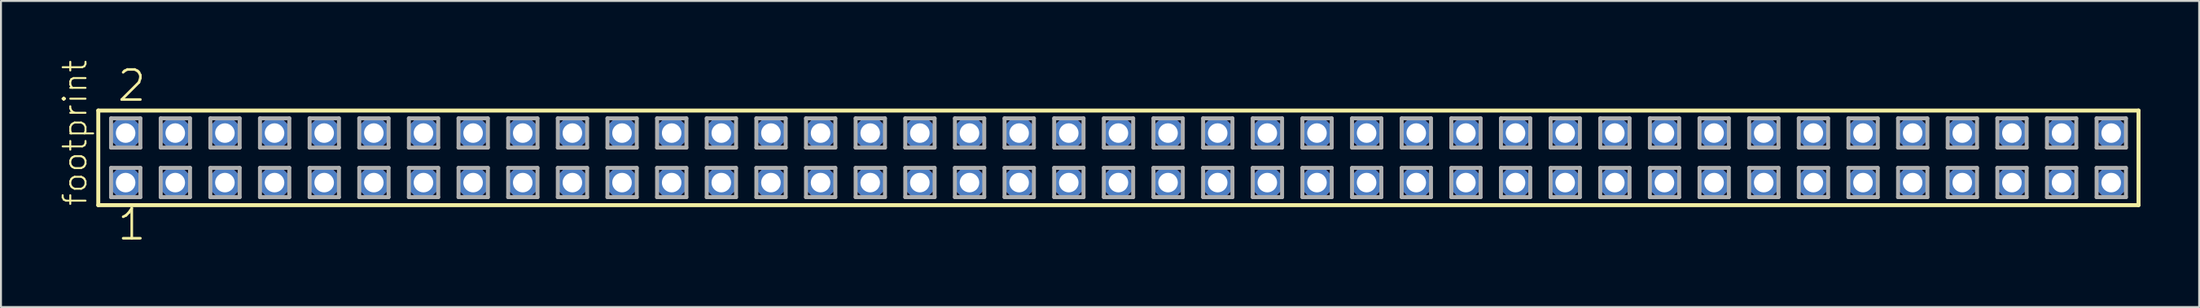
<source format=kicad_pcb>
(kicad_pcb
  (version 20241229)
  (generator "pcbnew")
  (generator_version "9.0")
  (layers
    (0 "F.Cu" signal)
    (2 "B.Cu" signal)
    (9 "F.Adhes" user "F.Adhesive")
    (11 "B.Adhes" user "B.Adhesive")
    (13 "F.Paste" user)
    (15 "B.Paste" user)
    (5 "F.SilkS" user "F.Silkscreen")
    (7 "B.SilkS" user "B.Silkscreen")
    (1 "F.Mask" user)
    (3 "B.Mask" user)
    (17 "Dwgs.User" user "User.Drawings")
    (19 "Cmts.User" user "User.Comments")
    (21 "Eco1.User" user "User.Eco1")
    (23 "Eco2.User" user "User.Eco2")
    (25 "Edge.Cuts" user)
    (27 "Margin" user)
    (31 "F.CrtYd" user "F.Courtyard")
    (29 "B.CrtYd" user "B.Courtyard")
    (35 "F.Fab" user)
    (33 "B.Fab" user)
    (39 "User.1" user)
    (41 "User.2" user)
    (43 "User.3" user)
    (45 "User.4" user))
  (footprint "footprint"
    (layer "F.Cu")
    (at 54.178 5.042)
    (property "Reference" "footprint" (at -52.705 2.54 90) (layer "F.SilkS") (effects (font (size 1.168 1.168) (thickness 0.102)) (justify left bottom)))
    (fp_line (start -52.199 -2.425) (end 52.199 -2.425) (stroke (width 0.203) (type solid)) (layer "F.SilkS"))
    (fp_line (start -52.199 2.425) (end -52.199 -2.425) (stroke (width 0.203) (type solid)) (layer "F.SilkS"))
    (fp_line (start 52.199 -2.425) (end 52.199 2.425) (stroke (width 0.203) (type solid)) (layer "F.SilkS"))
    (fp_line (start 52.199 2.425) (end -52.199 2.425) (stroke (width 0.203) (type solid)) (layer "F.SilkS"))
    (fp_line (start -51.545 -2.025) (end -50.045 -2.025) (stroke (width 0.203) (type solid)) (layer "F.Fab"))
    (fp_line (start -51.545 -0.525) (end -51.545 -2.025) (stroke (width 0.203) (type solid)) (layer "F.Fab"))
    (fp_line (start -51.545 0.515) (end -50.045 0.515) (stroke (width 0.203) (type solid)) (layer "F.Fab"))
    (fp_line (start -51.545 2.015) (end -51.545 0.515) (stroke (width 0.203) (type solid)) (layer "F.Fab"))
    (fp_line (start -50.045 -2.025) (end -50.045 -0.525) (stroke (width 0.203) (type solid)) (layer "F.Fab"))
    (fp_line (start -50.045 -0.525) (end -51.545 -0.525) (stroke (width 0.203) (type solid)) (layer "F.Fab"))
    (fp_line (start -50.045 0.515) (end -50.045 2.015) (stroke (width 0.203) (type solid)) (layer "F.Fab"))
    (fp_line (start -50.045 2.015) (end -51.545 2.015) (stroke (width 0.203) (type solid)) (layer "F.Fab"))
    (fp_line (start -49.005 -2.025) (end -47.505 -2.025) (stroke (width 0.203) (type solid)) (layer "F.Fab"))
    (fp_line (start -49.005 -0.525) (end -49.005 -2.025) (stroke (width 0.203) (type solid)) (layer "F.Fab"))
    (fp_line (start -49.005 0.515) (end -47.505 0.515) (stroke (width 0.203) (type solid)) (layer "F.Fab"))
    (fp_line (start -49.005 2.015) (end -49.005 0.515) (stroke (width 0.203) (type solid)) (layer "F.Fab"))
    (fp_line (start -47.505 -2.025) (end -47.505 -0.525) (stroke (width 0.203) (type solid)) (layer "F.Fab"))
    (fp_line (start -47.505 -0.525) (end -49.005 -0.525) (stroke (width 0.203) (type solid)) (layer "F.Fab"))
    (fp_line (start -47.505 0.515) (end -47.505 2.015) (stroke (width 0.203) (type solid)) (layer "F.Fab"))
    (fp_line (start -47.505 2.015) (end -49.005 2.015) (stroke (width 0.203) (type solid)) (layer "F.Fab"))
    (fp_line (start -46.465 -2.025) (end -44.965 -2.025) (stroke (width 0.203) (type solid)) (layer "F.Fab"))
    (fp_line (start -46.465 -0.525) (end -46.465 -2.025) (stroke (width 0.203) (type solid)) (layer "F.Fab"))
    (fp_line (start -46.465 0.515) (end -44.965 0.515) (stroke (width 0.203) (type solid)) (layer "F.Fab"))
    (fp_line (start -46.465 2.015) (end -46.465 0.515) (stroke (width 0.203) (type solid)) (layer "F.Fab"))
    (fp_line (start -44.965 -2.025) (end -44.965 -0.525) (stroke (width 0.203) (type solid)) (layer "F.Fab"))
    (fp_line (start -44.965 -0.525) (end -46.465 -0.525) (stroke (width 0.203) (type solid)) (layer "F.Fab"))
    (fp_line (start -44.965 0.515) (end -44.965 2.015) (stroke (width 0.203) (type solid)) (layer "F.Fab"))
    (fp_line (start -44.965 2.015) (end -46.465 2.015) (stroke (width 0.203) (type solid)) (layer "F.Fab"))
    (fp_line (start -43.925 -2.025) (end -42.425 -2.025) (stroke (width 0.203) (type solid)) (layer "F.Fab"))
    (fp_line (start -43.925 -0.525) (end -43.925 -2.025) (stroke (width 0.203) (type solid)) (layer "F.Fab"))
    (fp_line (start -43.925 0.515) (end -42.425 0.515) (stroke (width 0.203) (type solid)) (layer "F.Fab"))
    (fp_line (start -43.925 2.015) (end -43.925 0.515) (stroke (width 0.203) (type solid)) (layer "F.Fab"))
    (fp_line (start -42.425 -2.025) (end -42.425 -0.525) (stroke (width 0.203) (type solid)) (layer "F.Fab"))
    (fp_line (start -42.425 -0.525) (end -43.925 -0.525) (stroke (width 0.203) (type solid)) (layer "F.Fab"))
    (fp_line (start -42.425 0.515) (end -42.425 2.015) (stroke (width 0.203) (type solid)) (layer "F.Fab"))
    (fp_line (start -42.425 2.015) (end -43.925 2.015) (stroke (width 0.203) (type solid)) (layer "F.Fab"))
    (fp_line (start -41.385 -2.025) (end -39.885 -2.025) (stroke (width 0.203) (type solid)) (layer "F.Fab"))
    (fp_line (start -41.385 -0.525) (end -41.385 -2.025) (stroke (width 0.203) (type solid)) (layer "F.Fab"))
    (fp_line (start -41.385 0.515) (end -39.885 0.515) (stroke (width 0.203) (type solid)) (layer "F.Fab"))
    (fp_line (start -41.385 2.015) (end -41.385 0.515) (stroke (width 0.203) (type solid)) (layer "F.Fab"))
    (fp_line (start -39.885 -2.025) (end -39.885 -0.525) (stroke (width 0.203) (type solid)) (layer "F.Fab"))
    (fp_line (start -39.885 -0.525) (end -41.385 -0.525) (stroke (width 0.203) (type solid)) (layer "F.Fab"))
    (fp_line (start -39.885 0.515) (end -39.885 2.015) (stroke (width 0.203) (type solid)) (layer "F.Fab"))
    (fp_line (start -39.885 2.015) (end -41.385 2.015) (stroke (width 0.203) (type solid)) (layer "F.Fab"))
    (fp_line (start -38.845 -2.025) (end -37.345 -2.025) (stroke (width 0.203) (type solid)) (layer "F.Fab"))
    (fp_line (start -38.845 -0.525) (end -38.845 -2.025) (stroke (width 0.203) (type solid)) (layer "F.Fab"))
    (fp_line (start -38.845 0.515) (end -37.345 0.515) (stroke (width 0.203) (type solid)) (layer "F.Fab"))
    (fp_line (start -38.845 2.015) (end -38.845 0.515) (stroke (width 0.203) (type solid)) (layer "F.Fab"))
    (fp_line (start -37.345 -2.025) (end -37.345 -0.525) (stroke (width 0.203) (type solid)) (layer "F.Fab"))
    (fp_line (start -37.345 -0.525) (end -38.845 -0.525) (stroke (width 0.203) (type solid)) (layer "F.Fab"))
    (fp_line (start -37.345 0.515) (end -37.345 2.015) (stroke (width 0.203) (type solid)) (layer "F.Fab"))
    (fp_line (start -37.345 2.015) (end -38.845 2.015) (stroke (width 0.203) (type solid)) (layer "F.Fab"))
    (fp_line (start -36.305 -2.025) (end -34.805 -2.025) (stroke (width 0.203) (type solid)) (layer "F.Fab"))
    (fp_line (start -36.305 -0.525) (end -36.305 -2.025) (stroke (width 0.203) (type solid)) (layer "F.Fab"))
    (fp_line (start -36.305 0.515) (end -34.805 0.515) (stroke (width 0.203) (type solid)) (layer "F.Fab"))
    (fp_line (start -36.305 2.015) (end -36.305 0.515) (stroke (width 0.203) (type solid)) (layer "F.Fab"))
    (fp_line (start -34.805 -2.025) (end -34.805 -0.525) (stroke (width 0.203) (type solid)) (layer "F.Fab"))
    (fp_line (start -34.805 -0.525) (end -36.305 -0.525) (stroke (width 0.203) (type solid)) (layer "F.Fab"))
    (fp_line (start -34.805 0.515) (end -34.805 2.015) (stroke (width 0.203) (type solid)) (layer "F.Fab"))
    (fp_line (start -34.805 2.015) (end -36.305 2.015) (stroke (width 0.203) (type solid)) (layer "F.Fab"))
    (fp_line (start -33.765 -2.025) (end -32.265 -2.025) (stroke (width 0.203) (type solid)) (layer "F.Fab"))
    (fp_line (start -33.765 -0.525) (end -33.765 -2.025) (stroke (width 0.203) (type solid)) (layer "F.Fab"))
    (fp_line (start -33.765 0.515) (end -32.265 0.515) (stroke (width 0.203) (type solid)) (layer "F.Fab"))
    (fp_line (start -33.765 2.015) (end -33.765 0.515) (stroke (width 0.203) (type solid)) (layer "F.Fab"))
    (fp_line (start -32.265 -2.025) (end -32.265 -0.525) (stroke (width 0.203) (type solid)) (layer "F.Fab"))
    (fp_line (start -32.265 -0.525) (end -33.765 -0.525) (stroke (width 0.203) (type solid)) (layer "F.Fab"))
    (fp_line (start -32.265 0.515) (end -32.265 2.015) (stroke (width 0.203) (type solid)) (layer "F.Fab"))
    (fp_line (start -32.265 2.015) (end -33.765 2.015) (stroke (width 0.203) (type solid)) (layer "F.Fab"))
    (fp_line (start -31.225 -2.025) (end -29.725 -2.025) (stroke (width 0.203) (type solid)) (layer "F.Fab"))
    (fp_line (start -31.225 -0.525) (end -31.225 -2.025) (stroke (width 0.203) (type solid)) (layer "F.Fab"))
    (fp_line (start -31.225 0.515) (end -29.725 0.515) (stroke (width 0.203) (type solid)) (layer "F.Fab"))
    (fp_line (start -31.225 2.015) (end -31.225 0.515) (stroke (width 0.203) (type solid)) (layer "F.Fab"))
    (fp_line (start -29.725 -2.025) (end -29.725 -0.525) (stroke (width 0.203) (type solid)) (layer "F.Fab"))
    (fp_line (start -29.725 -0.525) (end -31.225 -0.525) (stroke (width 0.203) (type solid)) (layer "F.Fab"))
    (fp_line (start -29.725 0.515) (end -29.725 2.015) (stroke (width 0.203) (type solid)) (layer "F.Fab"))
    (fp_line (start -29.725 2.015) (end -31.225 2.015) (stroke (width 0.203) (type solid)) (layer "F.Fab"))
    (fp_line (start -28.685 -2.025) (end -27.185 -2.025) (stroke (width 0.203) (type solid)) (layer "F.Fab"))
    (fp_line (start -28.685 -0.525) (end -28.685 -2.025) (stroke (width 0.203) (type solid)) (layer "F.Fab"))
    (fp_line (start -28.685 0.515) (end -27.185 0.515) (stroke (width 0.203) (type solid)) (layer "F.Fab"))
    (fp_line (start -28.685 2.015) (end -28.685 0.515) (stroke (width 0.203) (type solid)) (layer "F.Fab"))
    (fp_line (start -27.185 -2.025) (end -27.185 -0.525) (stroke (width 0.203) (type solid)) (layer "F.Fab"))
    (fp_line (start -27.185 -0.525) (end -28.685 -0.525) (stroke (width 0.203) (type solid)) (layer "F.Fab"))
    (fp_line (start -27.185 0.515) (end -27.185 2.015) (stroke (width 0.203) (type solid)) (layer "F.Fab"))
    (fp_line (start -27.185 2.015) (end -28.685 2.015) (stroke (width 0.203) (type solid)) (layer "F.Fab"))
    (fp_line (start -26.145 -2.025) (end -24.645 -2.025) (stroke (width 0.203) (type solid)) (layer "F.Fab"))
    (fp_line (start -26.145 -0.525) (end -26.145 -2.025) (stroke (width 0.203) (type solid)) (layer "F.Fab"))
    (fp_line (start -26.145 0.515) (end -24.645 0.515) (stroke (width 0.203) (type solid)) (layer "F.Fab"))
    (fp_line (start -26.145 2.015) (end -26.145 0.515) (stroke (width 0.203) (type solid)) (layer "F.Fab"))
    (fp_line (start -24.645 -2.025) (end -24.645 -0.525) (stroke (width 0.203) (type solid)) (layer "F.Fab"))
    (fp_line (start -24.645 -0.525) (end -26.145 -0.525) (stroke (width 0.203) (type solid)) (layer "F.Fab"))
    (fp_line (start -24.645 0.515) (end -24.645 2.015) (stroke (width 0.203) (type solid)) (layer "F.Fab"))
    (fp_line (start -24.645 2.015) (end -26.145 2.015) (stroke (width 0.203) (type solid)) (layer "F.Fab"))
    (fp_line (start -23.605 -2.025) (end -22.105 -2.025) (stroke (width 0.203) (type solid)) (layer "F.Fab"))
    (fp_line (start -23.605 -0.525) (end -23.605 -2.025) (stroke (width 0.203) (type solid)) (layer "F.Fab"))
    (fp_line (start -23.605 0.515) (end -22.105 0.515) (stroke (width 0.203) (type solid)) (layer "F.Fab"))
    (fp_line (start -23.605 2.015) (end -23.605 0.515) (stroke (width 0.203) (type solid)) (layer "F.Fab"))
    (fp_line (start -22.105 -2.025) (end -22.105 -0.525) (stroke (width 0.203) (type solid)) (layer "F.Fab"))
    (fp_line (start -22.105 -0.525) (end -23.605 -0.525) (stroke (width 0.203) (type solid)) (layer "F.Fab"))
    (fp_line (start -22.105 0.515) (end -22.105 2.015) (stroke (width 0.203) (type solid)) (layer "F.Fab"))
    (fp_line (start -22.105 2.015) (end -23.605 2.015) (stroke (width 0.203) (type solid)) (layer "F.Fab"))
    (fp_line (start -21.065 -2.025) (end -19.565 -2.025) (stroke (width 0.203) (type solid)) (layer "F.Fab"))
    (fp_line (start -21.065 -0.525) (end -21.065 -2.025) (stroke (width 0.203) (type solid)) (layer "F.Fab"))
    (fp_line (start -21.065 0.515) (end -19.565 0.515) (stroke (width 0.203) (type solid)) (layer "F.Fab"))
    (fp_line (start -21.065 2.015) (end -21.065 0.515) (stroke (width 0.203) (type solid)) (layer "F.Fab"))
    (fp_line (start -19.565 -2.025) (end -19.565 -0.525) (stroke (width 0.203) (type solid)) (layer "F.Fab"))
    (fp_line (start -19.565 -0.525) (end -21.065 -0.525) (stroke (width 0.203) (type solid)) (layer "F.Fab"))
    (fp_line (start -19.565 0.515) (end -19.565 2.015) (stroke (width 0.203) (type solid)) (layer "F.Fab"))
    (fp_line (start -19.565 2.015) (end -21.065 2.015) (stroke (width 0.203) (type solid)) (layer "F.Fab"))
    (fp_line (start -18.525 -2.025) (end -17.025 -2.025) (stroke (width 0.203) (type solid)) (layer "F.Fab"))
    (fp_line (start -18.525 -0.525) (end -18.525 -2.025) (stroke (width 0.203) (type solid)) (layer "F.Fab"))
    (fp_line (start -18.525 0.515) (end -17.025 0.515) (stroke (width 0.203) (type solid)) (layer "F.Fab"))
    (fp_line (start -18.525 2.015) (end -18.525 0.515) (stroke (width 0.203) (type solid)) (layer "F.Fab"))
    (fp_line (start -17.025 -2.025) (end -17.025 -0.525) (stroke (width 0.203) (type solid)) (layer "F.Fab"))
    (fp_line (start -17.025 -0.525) (end -18.525 -0.525) (stroke (width 0.203) (type solid)) (layer "F.Fab"))
    (fp_line (start -17.025 0.515) (end -17.025 2.015) (stroke (width 0.203) (type solid)) (layer "F.Fab"))
    (fp_line (start -17.025 2.015) (end -18.525 2.015) (stroke (width 0.203) (type solid)) (layer "F.Fab"))
    (fp_line (start -15.985 -2.025) (end -14.485 -2.025) (stroke (width 0.203) (type solid)) (layer "F.Fab"))
    (fp_line (start -15.985 -0.525) (end -15.985 -2.025) (stroke (width 0.203) (type solid)) (layer "F.Fab"))
    (fp_line (start -15.985 0.515) (end -14.485 0.515) (stroke (width 0.203) (type solid)) (layer "F.Fab"))
    (fp_line (start -15.985 2.015) (end -15.985 0.515) (stroke (width 0.203) (type solid)) (layer "F.Fab"))
    (fp_line (start -14.485 -2.025) (end -14.485 -0.525) (stroke (width 0.203) (type solid)) (layer "F.Fab"))
    (fp_line (start -14.485 -0.525) (end -15.985 -0.525) (stroke (width 0.203) (type solid)) (layer "F.Fab"))
    (fp_line (start -14.485 0.515) (end -14.485 2.015) (stroke (width 0.203) (type solid)) (layer "F.Fab"))
    (fp_line (start -14.485 2.015) (end -15.985 2.015) (stroke (width 0.203) (type solid)) (layer "F.Fab"))
    (fp_line (start -13.445 -2.025) (end -11.945 -2.025) (stroke (width 0.203) (type solid)) (layer "F.Fab"))
    (fp_line (start -13.445 -0.525) (end -13.445 -2.025) (stroke (width 0.203) (type solid)) (layer "F.Fab"))
    (fp_line (start -13.445 0.515) (end -11.945 0.515) (stroke (width 0.203) (type solid)) (layer "F.Fab"))
    (fp_line (start -13.445 2.015) (end -13.445 0.515) (stroke (width 0.203) (type solid)) (layer "F.Fab"))
    (fp_line (start -11.945 -2.025) (end -11.945 -0.525) (stroke (width 0.203) (type solid)) (layer "F.Fab"))
    (fp_line (start -11.945 -0.525) (end -13.445 -0.525) (stroke (width 0.203) (type solid)) (layer "F.Fab"))
    (fp_line (start -11.945 0.515) (end -11.945 2.015) (stroke (width 0.203) (type solid)) (layer "F.Fab"))
    (fp_line (start -11.945 2.015) (end -13.445 2.015) (stroke (width 0.203) (type solid)) (layer "F.Fab"))
    (fp_line (start -10.905 -2.025) (end -9.405 -2.025) (stroke (width 0.203) (type solid)) (layer "F.Fab"))
    (fp_line (start -10.905 -0.525) (end -10.905 -2.025) (stroke (width 0.203) (type solid)) (layer "F.Fab"))
    (fp_line (start -10.905 0.515) (end -9.405 0.515) (stroke (width 0.203) (type solid)) (layer "F.Fab"))
    (fp_line (start -10.905 2.015) (end -10.905 0.515) (stroke (width 0.203) (type solid)) (layer "F.Fab"))
    (fp_line (start -9.405 -2.025) (end -9.405 -0.525) (stroke (width 0.203) (type solid)) (layer "F.Fab"))
    (fp_line (start -9.405 -0.525) (end -10.905 -0.525) (stroke (width 0.203) (type solid)) (layer "F.Fab"))
    (fp_line (start -9.405 0.515) (end -9.405 2.015) (stroke (width 0.203) (type solid)) (layer "F.Fab"))
    (fp_line (start -9.405 2.015) (end -10.905 2.015) (stroke (width 0.203) (type solid)) (layer "F.Fab"))
    (fp_line (start -8.365 -2.025) (end -6.865 -2.025) (stroke (width 0.203) (type solid)) (layer "F.Fab"))
    (fp_line (start -8.365 -0.525) (end -8.365 -2.025) (stroke (width 0.203) (type solid)) (layer "F.Fab"))
    (fp_line (start -8.365 0.515) (end -6.865 0.515) (stroke (width 0.203) (type solid)) (layer "F.Fab"))
    (fp_line (start -8.365 2.015) (end -8.365 0.515) (stroke (width 0.203) (type solid)) (layer "F.Fab"))
    (fp_line (start -6.865 -2.025) (end -6.865 -0.525) (stroke (width 0.203) (type solid)) (layer "F.Fab"))
    (fp_line (start -6.865 -0.525) (end -8.365 -0.525) (stroke (width 0.203) (type solid)) (layer "F.Fab"))
    (fp_line (start -6.865 0.515) (end -6.865 2.015) (stroke (width 0.203) (type solid)) (layer "F.Fab"))
    (fp_line (start -6.865 2.015) (end -8.365 2.015) (stroke (width 0.203) (type solid)) (layer "F.Fab"))
    (fp_line (start -5.825 -2.025) (end -4.325 -2.025) (stroke (width 0.203) (type solid)) (layer "F.Fab"))
    (fp_line (start -5.825 -0.525) (end -5.825 -2.025) (stroke (width 0.203) (type solid)) (layer "F.Fab"))
    (fp_line (start -5.825 0.515) (end -4.325 0.515) (stroke (width 0.203) (type solid)) (layer "F.Fab"))
    (fp_line (start -5.825 2.015) (end -5.825 0.515) (stroke (width 0.203) (type solid)) (layer "F.Fab"))
    (fp_line (start -4.325 -2.025) (end -4.325 -0.525) (stroke (width 0.203) (type solid)) (layer "F.Fab"))
    (fp_line (start -4.325 -0.525) (end -5.825 -0.525) (stroke (width 0.203) (type solid)) (layer "F.Fab"))
    (fp_line (start -4.325 0.515) (end -4.325 2.015) (stroke (width 0.203) (type solid)) (layer "F.Fab"))
    (fp_line (start -4.325 2.015) (end -5.825 2.015) (stroke (width 0.203) (type solid)) (layer "F.Fab"))
    (fp_line (start -3.285 -2.025) (end -1.785 -2.025) (stroke (width 0.203) (type solid)) (layer "F.Fab"))
    (fp_line (start -3.285 -0.525) (end -3.285 -2.025) (stroke (width 0.203) (type solid)) (layer "F.Fab"))
    (fp_line (start -3.285 0.515) (end -1.785 0.515) (stroke (width 0.203) (type solid)) (layer "F.Fab"))
    (fp_line (start -3.285 2.015) (end -3.285 0.515) (stroke (width 0.203) (type solid)) (layer "F.Fab"))
    (fp_line (start -1.785 -2.025) (end -1.785 -0.525) (stroke (width 0.203) (type solid)) (layer "F.Fab"))
    (fp_line (start -1.785 -0.525) (end -3.285 -0.525) (stroke (width 0.203) (type solid)) (layer "F.Fab"))
    (fp_line (start -1.785 0.515) (end -1.785 2.015) (stroke (width 0.203) (type solid)) (layer "F.Fab"))
    (fp_line (start -1.785 2.015) (end -3.285 2.015) (stroke (width 0.203) (type solid)) (layer "F.Fab"))
    (fp_line (start -0.745 -2.025) (end 0.755 -2.025) (stroke (width 0.203) (type solid)) (layer "F.Fab"))
    (fp_line (start -0.745 -0.525) (end -0.745 -2.025) (stroke (width 0.203) (type solid)) (layer "F.Fab"))
    (fp_line (start -0.745 0.515) (end 0.755 0.515) (stroke (width 0.203) (type solid)) (layer "F.Fab"))
    (fp_line (start -0.745 2.015) (end -0.745 0.515) (stroke (width 0.203) (type solid)) (layer "F.Fab"))
    (fp_line (start 0.755 -2.025) (end 0.755 -0.525) (stroke (width 0.203) (type solid)) (layer "F.Fab"))
    (fp_line (start 0.755 -0.525) (end -0.745 -0.525) (stroke (width 0.203) (type solid)) (layer "F.Fab"))
    (fp_line (start 0.755 0.515) (end 0.755 2.015) (stroke (width 0.203) (type solid)) (layer "F.Fab"))
    (fp_line (start 0.755 2.015) (end -0.745 2.015) (stroke (width 0.203) (type solid)) (layer "F.Fab"))
    (fp_line (start 1.795 -2.025) (end 3.295 -2.025) (stroke (width 0.203) (type solid)) (layer "F.Fab"))
    (fp_line (start 1.795 -0.525) (end 1.795 -2.025) (stroke (width 0.203) (type solid)) (layer "F.Fab"))
    (fp_line (start 1.795 0.515) (end 3.295 0.515) (stroke (width 0.203) (type solid)) (layer "F.Fab"))
    (fp_line (start 1.795 2.015) (end 1.795 0.515) (stroke (width 0.203) (type solid)) (layer "F.Fab"))
    (fp_line (start 3.295 -2.025) (end 3.295 -0.525) (stroke (width 0.203) (type solid)) (layer "F.Fab"))
    (fp_line (start 3.295 -0.525) (end 1.795 -0.525) (stroke (width 0.203) (type solid)) (layer "F.Fab"))
    (fp_line (start 3.295 0.515) (end 3.295 2.015) (stroke (width 0.203) (type solid)) (layer "F.Fab"))
    (fp_line (start 3.295 2.015) (end 1.795 2.015) (stroke (width 0.203) (type solid)) (layer "F.Fab"))
    (fp_line (start 4.335 -2.025) (end 5.835 -2.025) (stroke (width 0.203) (type solid)) (layer "F.Fab"))
    (fp_line (start 4.335 -0.525) (end 4.335 -2.025) (stroke (width 0.203) (type solid)) (layer "F.Fab"))
    (fp_line (start 4.335 0.515) (end 5.835 0.515) (stroke (width 0.203) (type solid)) (layer "F.Fab"))
    (fp_line (start 4.335 2.015) (end 4.335 0.515) (stroke (width 0.203) (type solid)) (layer "F.Fab"))
    (fp_line (start 5.835 -2.025) (end 5.835 -0.525) (stroke (width 0.203) (type solid)) (layer "F.Fab"))
    (fp_line (start 5.835 -0.525) (end 4.335 -0.525) (stroke (width 0.203) (type solid)) (layer "F.Fab"))
    (fp_line (start 5.835 0.515) (end 5.835 2.015) (stroke (width 0.203) (type solid)) (layer "F.Fab"))
    (fp_line (start 5.835 2.015) (end 4.335 2.015) (stroke (width 0.203) (type solid)) (layer "F.Fab"))
    (fp_line (start 6.875 -2.025) (end 8.375 -2.025) (stroke (width 0.203) (type solid)) (layer "F.Fab"))
    (fp_line (start 6.875 -0.525) (end 6.875 -2.025) (stroke (width 0.203) (type solid)) (layer "F.Fab"))
    (fp_line (start 6.875 0.515) (end 8.375 0.515) (stroke (width 0.203) (type solid)) (layer "F.Fab"))
    (fp_line (start 6.875 2.015) (end 6.875 0.515) (stroke (width 0.203) (type solid)) (layer "F.Fab"))
    (fp_line (start 8.375 -2.025) (end 8.375 -0.525) (stroke (width 0.203) (type solid)) (layer "F.Fab"))
    (fp_line (start 8.375 -0.525) (end 6.875 -0.525) (stroke (width 0.203) (type solid)) (layer "F.Fab"))
    (fp_line (start 8.375 0.515) (end 8.375 2.015) (stroke (width 0.203) (type solid)) (layer "F.Fab"))
    (fp_line (start 8.375 2.015) (end 6.875 2.015) (stroke (width 0.203) (type solid)) (layer "F.Fab"))
    (fp_line (start 9.415 -2.025) (end 10.915 -2.025) (stroke (width 0.203) (type solid)) (layer "F.Fab"))
    (fp_line (start 9.415 -0.525) (end 9.415 -2.025) (stroke (width 0.203) (type solid)) (layer "F.Fab"))
    (fp_line (start 9.415 0.515) (end 10.915 0.515) (stroke (width 0.203) (type solid)) (layer "F.Fab"))
    (fp_line (start 9.415 2.015) (end 9.415 0.515) (stroke (width 0.203) (type solid)) (layer "F.Fab"))
    (fp_line (start 10.915 -2.025) (end 10.915 -0.525) (stroke (width 0.203) (type solid)) (layer "F.Fab"))
    (fp_line (start 10.915 -0.525) (end 9.415 -0.525) (stroke (width 0.203) (type solid)) (layer "F.Fab"))
    (fp_line (start 10.915 0.515) (end 10.915 2.015) (stroke (width 0.203) (type solid)) (layer "F.Fab"))
    (fp_line (start 10.915 2.015) (end 9.415 2.015) (stroke (width 0.203) (type solid)) (layer "F.Fab"))
    (fp_line (start 11.955 -2.025) (end 13.455 -2.025) (stroke (width 0.203) (type solid)) (layer "F.Fab"))
    (fp_line (start 11.955 -0.525) (end 11.955 -2.025) (stroke (width 0.203) (type solid)) (layer "F.Fab"))
    (fp_line (start 11.955 0.515) (end 13.455 0.515) (stroke (width 0.203) (type solid)) (layer "F.Fab"))
    (fp_line (start 11.955 2.015) (end 11.955 0.515) (stroke (width 0.203) (type solid)) (layer "F.Fab"))
    (fp_line (start 13.455 -2.025) (end 13.455 -0.525) (stroke (width 0.203) (type solid)) (layer "F.Fab"))
    (fp_line (start 13.455 -0.525) (end 11.955 -0.525) (stroke (width 0.203) (type solid)) (layer "F.Fab"))
    (fp_line (start 13.455 0.515) (end 13.455 2.015) (stroke (width 0.203) (type solid)) (layer "F.Fab"))
    (fp_line (start 13.455 2.015) (end 11.955 2.015) (stroke (width 0.203) (type solid)) (layer "F.Fab"))
    (fp_line (start 14.495 -2.025) (end 15.995 -2.025) (stroke (width 0.203) (type solid)) (layer "F.Fab"))
    (fp_line (start 14.495 -0.525) (end 14.495 -2.025) (stroke (width 0.203) (type solid)) (layer "F.Fab"))
    (fp_line (start 14.495 0.515) (end 15.995 0.515) (stroke (width 0.203) (type solid)) (layer "F.Fab"))
    (fp_line (start 14.495 2.015) (end 14.495 0.515) (stroke (width 0.203) (type solid)) (layer "F.Fab"))
    (fp_line (start 15.995 -2.025) (end 15.995 -0.525) (stroke (width 0.203) (type solid)) (layer "F.Fab"))
    (fp_line (start 15.995 -0.525) (end 14.495 -0.525) (stroke (width 0.203) (type solid)) (layer "F.Fab"))
    (fp_line (start 15.995 0.515) (end 15.995 2.015) (stroke (width 0.203) (type solid)) (layer "F.Fab"))
    (fp_line (start 15.995 2.015) (end 14.495 2.015) (stroke (width 0.203) (type solid)) (layer "F.Fab"))
    (fp_line (start 17.035 -2.025) (end 18.535 -2.025) (stroke (width 0.203) (type solid)) (layer "F.Fab"))
    (fp_line (start 17.035 -0.525) (end 17.035 -2.025) (stroke (width 0.203) (type solid)) (layer "F.Fab"))
    (fp_line (start 17.035 0.515) (end 18.535 0.515) (stroke (width 0.203) (type solid)) (layer "F.Fab"))
    (fp_line (start 17.035 2.015) (end 17.035 0.515) (stroke (width 0.203) (type solid)) (layer "F.Fab"))
    (fp_line (start 18.535 -2.025) (end 18.535 -0.525) (stroke (width 0.203) (type solid)) (layer "F.Fab"))
    (fp_line (start 18.535 -0.525) (end 17.035 -0.525) (stroke (width 0.203) (type solid)) (layer "F.Fab"))
    (fp_line (start 18.535 0.515) (end 18.535 2.015) (stroke (width 0.203) (type solid)) (layer "F.Fab"))
    (fp_line (start 18.535 2.015) (end 17.035 2.015) (stroke (width 0.203) (type solid)) (layer "F.Fab"))
    (fp_line (start 19.575 -2.025) (end 21.075 -2.025) (stroke (width 0.203) (type solid)) (layer "F.Fab"))
    (fp_line (start 19.575 -0.525) (end 19.575 -2.025) (stroke (width 0.203) (type solid)) (layer "F.Fab"))
    (fp_line (start 19.575 0.515) (end 21.075 0.515) (stroke (width 0.203) (type solid)) (layer "F.Fab"))
    (fp_line (start 19.575 2.015) (end 19.575 0.515) (stroke (width 0.203) (type solid)) (layer "F.Fab"))
    (fp_line (start 21.075 -2.025) (end 21.075 -0.525) (stroke (width 0.203) (type solid)) (layer "F.Fab"))
    (fp_line (start 21.075 -0.525) (end 19.575 -0.525) (stroke (width 0.203) (type solid)) (layer "F.Fab"))
    (fp_line (start 21.075 0.515) (end 21.075 2.015) (stroke (width 0.203) (type solid)) (layer "F.Fab"))
    (fp_line (start 21.075 2.015) (end 19.575 2.015) (stroke (width 0.203) (type solid)) (layer "F.Fab"))
    (fp_line (start 22.115 -2.025) (end 23.615 -2.025) (stroke (width 0.203) (type solid)) (layer "F.Fab"))
    (fp_line (start 22.115 -0.525) (end 22.115 -2.025) (stroke (width 0.203) (type solid)) (layer "F.Fab"))
    (fp_line (start 22.115 0.515) (end 23.615 0.515) (stroke (width 0.203) (type solid)) (layer "F.Fab"))
    (fp_line (start 22.115 2.015) (end 22.115 0.515) (stroke (width 0.203) (type solid)) (layer "F.Fab"))
    (fp_line (start 23.615 -2.025) (end 23.615 -0.525) (stroke (width 0.203) (type solid)) (layer "F.Fab"))
    (fp_line (start 23.615 -0.525) (end 22.115 -0.525) (stroke (width 0.203) (type solid)) (layer "F.Fab"))
    (fp_line (start 23.615 0.515) (end 23.615 2.015) (stroke (width 0.203) (type solid)) (layer "F.Fab"))
    (fp_line (start 23.615 2.015) (end 22.115 2.015) (stroke (width 0.203) (type solid)) (layer "F.Fab"))
    (fp_line (start 24.655 -2.025) (end 26.155 -2.025) (stroke (width 0.203) (type solid)) (layer "F.Fab"))
    (fp_line (start 24.655 -0.525) (end 24.655 -2.025) (stroke (width 0.203) (type solid)) (layer "F.Fab"))
    (fp_line (start 24.655 0.515) (end 26.155 0.515) (stroke (width 0.203) (type solid)) (layer "F.Fab"))
    (fp_line (start 24.655 2.015) (end 24.655 0.515) (stroke (width 0.203) (type solid)) (layer "F.Fab"))
    (fp_line (start 26.155 -2.025) (end 26.155 -0.525) (stroke (width 0.203) (type solid)) (layer "F.Fab"))
    (fp_line (start 26.155 -0.525) (end 24.655 -0.525) (stroke (width 0.203) (type solid)) (layer "F.Fab"))
    (fp_line (start 26.155 0.515) (end 26.155 2.015) (stroke (width 0.203) (type solid)) (layer "F.Fab"))
    (fp_line (start 26.155 2.015) (end 24.655 2.015) (stroke (width 0.203) (type solid)) (layer "F.Fab"))
    (fp_line (start 27.195 -2.025) (end 28.695 -2.025) (stroke (width 0.203) (type solid)) (layer "F.Fab"))
    (fp_line (start 27.195 -0.525) (end 27.195 -2.025) (stroke (width 0.203) (type solid)) (layer "F.Fab"))
    (fp_line (start 27.195 0.515) (end 28.695 0.515) (stroke (width 0.203) (type solid)) (layer "F.Fab"))
    (fp_line (start 27.195 2.015) (end 27.195 0.515) (stroke (width 0.203) (type solid)) (layer "F.Fab"))
    (fp_line (start 28.695 -2.025) (end 28.695 -0.525) (stroke (width 0.203) (type solid)) (layer "F.Fab"))
    (fp_line (start 28.695 -0.525) (end 27.195 -0.525) (stroke (width 0.203) (type solid)) (layer "F.Fab"))
    (fp_line (start 28.695 0.515) (end 28.695 2.015) (stroke (width 0.203) (type solid)) (layer "F.Fab"))
    (fp_line (start 28.695 2.015) (end 27.195 2.015) (stroke (width 0.203) (type solid)) (layer "F.Fab"))
    (fp_line (start 29.735 -2.025) (end 31.235 -2.025) (stroke (width 0.203) (type solid)) (layer "F.Fab"))
    (fp_line (start 29.735 -0.525) (end 29.735 -2.025) (stroke (width 0.203) (type solid)) (layer "F.Fab"))
    (fp_line (start 29.735 0.515) (end 31.235 0.515) (stroke (width 0.203) (type solid)) (layer "F.Fab"))
    (fp_line (start 29.735 2.015) (end 29.735 0.515) (stroke (width 0.203) (type solid)) (layer "F.Fab"))
    (fp_line (start 31.235 -2.025) (end 31.235 -0.525) (stroke (width 0.203) (type solid)) (layer "F.Fab"))
    (fp_line (start 31.235 -0.525) (end 29.735 -0.525) (stroke (width 0.203) (type solid)) (layer "F.Fab"))
    (fp_line (start 31.235 0.515) (end 31.235 2.015) (stroke (width 0.203) (type solid)) (layer "F.Fab"))
    (fp_line (start 31.235 2.015) (end 29.735 2.015) (stroke (width 0.203) (type solid)) (layer "F.Fab"))
    (fp_line (start 32.275 -2.025) (end 33.775 -2.025) (stroke (width 0.203) (type solid)) (layer "F.Fab"))
    (fp_line (start 32.275 -0.525) (end 32.275 -2.025) (stroke (width 0.203) (type solid)) (layer "F.Fab"))
    (fp_line (start 32.275 0.515) (end 33.775 0.515) (stroke (width 0.203) (type solid)) (layer "F.Fab"))
    (fp_line (start 32.275 2.015) (end 32.275 0.515) (stroke (width 0.203) (type solid)) (layer "F.Fab"))
    (fp_line (start 33.775 -2.025) (end 33.775 -0.525) (stroke (width 0.203) (type solid)) (layer "F.Fab"))
    (fp_line (start 33.775 -0.525) (end 32.275 -0.525) (stroke (width 0.203) (type solid)) (layer "F.Fab"))
    (fp_line (start 33.775 0.515) (end 33.775 2.015) (stroke (width 0.203) (type solid)) (layer "F.Fab"))
    (fp_line (start 33.775 2.015) (end 32.275 2.015) (stroke (width 0.203) (type solid)) (layer "F.Fab"))
    (fp_line (start 34.815 -2.025) (end 36.315 -2.025) (stroke (width 0.203) (type solid)) (layer "F.Fab"))
    (fp_line (start 34.815 -0.525) (end 34.815 -2.025) (stroke (width 0.203) (type solid)) (layer "F.Fab"))
    (fp_line (start 34.815 0.515) (end 36.315 0.515) (stroke (width 0.203) (type solid)) (layer "F.Fab"))
    (fp_line (start 34.815 2.015) (end 34.815 0.515) (stroke (width 0.203) (type solid)) (layer "F.Fab"))
    (fp_line (start 36.315 -2.025) (end 36.315 -0.525) (stroke (width 0.203) (type solid)) (layer "F.Fab"))
    (fp_line (start 36.315 -0.525) (end 34.815 -0.525) (stroke (width 0.203) (type solid)) (layer "F.Fab"))
    (fp_line (start 36.315 0.515) (end 36.315 2.015) (stroke (width 0.203) (type solid)) (layer "F.Fab"))
    (fp_line (start 36.315 2.015) (end 34.815 2.015) (stroke (width 0.203) (type solid)) (layer "F.Fab"))
    (fp_line (start 37.355 -2.025) (end 38.855 -2.025) (stroke (width 0.203) (type solid)) (layer "F.Fab"))
    (fp_line (start 37.355 -0.525) (end 37.355 -2.025) (stroke (width 0.203) (type solid)) (layer "F.Fab"))
    (fp_line (start 37.355 0.515) (end 38.855 0.515) (stroke (width 0.203) (type solid)) (layer "F.Fab"))
    (fp_line (start 37.355 2.015) (end 37.355 0.515) (stroke (width 0.203) (type solid)) (layer "F.Fab"))
    (fp_line (start 38.855 -2.025) (end 38.855 -0.525) (stroke (width 0.203) (type solid)) (layer "F.Fab"))
    (fp_line (start 38.855 -0.525) (end 37.355 -0.525) (stroke (width 0.203) (type solid)) (layer "F.Fab"))
    (fp_line (start 38.855 0.515) (end 38.855 2.015) (stroke (width 0.203) (type solid)) (layer "F.Fab"))
    (fp_line (start 38.855 2.015) (end 37.355 2.015) (stroke (width 0.203) (type solid)) (layer "F.Fab"))
    (fp_line (start 39.895 -2.025) (end 41.395 -2.025) (stroke (width 0.203) (type solid)) (layer "F.Fab"))
    (fp_line (start 39.895 -0.525) (end 39.895 -2.025) (stroke (width 0.203) (type solid)) (layer "F.Fab"))
    (fp_line (start 39.895 0.515) (end 41.395 0.515) (stroke (width 0.203) (type solid)) (layer "F.Fab"))
    (fp_line (start 39.895 2.015) (end 39.895 0.515) (stroke (width 0.203) (type solid)) (layer "F.Fab"))
    (fp_line (start 41.395 -2.025) (end 41.395 -0.525) (stroke (width 0.203) (type solid)) (layer "F.Fab"))
    (fp_line (start 41.395 -0.525) (end 39.895 -0.525) (stroke (width 0.203) (type solid)) (layer "F.Fab"))
    (fp_line (start 41.395 0.515) (end 41.395 2.015) (stroke (width 0.203) (type solid)) (layer "F.Fab"))
    (fp_line (start 41.395 2.015) (end 39.895 2.015) (stroke (width 0.203) (type solid)) (layer "F.Fab"))
    (fp_line (start 42.435 -2.025) (end 43.935 -2.025) (stroke (width 0.203) (type solid)) (layer "F.Fab"))
    (fp_line (start 42.435 -0.525) (end 42.435 -2.025) (stroke (width 0.203) (type solid)) (layer "F.Fab"))
    (fp_line (start 42.435 0.515) (end 43.935 0.515) (stroke (width 0.203) (type solid)) (layer "F.Fab"))
    (fp_line (start 42.435 2.015) (end 42.435 0.515) (stroke (width 0.203) (type solid)) (layer "F.Fab"))
    (fp_line (start 43.935 -2.025) (end 43.935 -0.525) (stroke (width 0.203) (type solid)) (layer "F.Fab"))
    (fp_line (start 43.935 -0.525) (end 42.435 -0.525) (stroke (width 0.203) (type solid)) (layer "F.Fab"))
    (fp_line (start 43.935 0.515) (end 43.935 2.015) (stroke (width 0.203) (type solid)) (layer "F.Fab"))
    (fp_line (start 43.935 2.015) (end 42.435 2.015) (stroke (width 0.203) (type solid)) (layer "F.Fab"))
    (fp_line (start 44.975 -2.025) (end 46.475 -2.025) (stroke (width 0.203) (type solid)) (layer "F.Fab"))
    (fp_line (start 44.975 -0.525) (end 44.975 -2.025) (stroke (width 0.203) (type solid)) (layer "F.Fab"))
    (fp_line (start 44.975 0.515) (end 46.475 0.515) (stroke (width 0.203) (type solid)) (layer "F.Fab"))
    (fp_line (start 44.975 2.015) (end 44.975 0.515) (stroke (width 0.203) (type solid)) (layer "F.Fab"))
    (fp_line (start 46.475 -2.025) (end 46.475 -0.525) (stroke (width 0.203) (type solid)) (layer "F.Fab"))
    (fp_line (start 46.475 -0.525) (end 44.975 -0.525) (stroke (width 0.203) (type solid)) (layer "F.Fab"))
    (fp_line (start 46.475 0.515) (end 46.475 2.015) (stroke (width 0.203) (type solid)) (layer "F.Fab"))
    (fp_line (start 46.475 2.015) (end 44.975 2.015) (stroke (width 0.203) (type solid)) (layer "F.Fab"))
    (fp_line (start 47.515 -2.025) (end 49.015 -2.025) (stroke (width 0.203) (type solid)) (layer "F.Fab"))
    (fp_line (start 47.515 -0.525) (end 47.515 -2.025) (stroke (width 0.203) (type solid)) (layer "F.Fab"))
    (fp_line (start 47.515 0.515) (end 49.015 0.515) (stroke (width 0.203) (type solid)) (layer "F.Fab"))
    (fp_line (start 47.515 2.015) (end 47.515 0.515) (stroke (width 0.203) (type solid)) (layer "F.Fab"))
    (fp_line (start 49.015 -2.025) (end 49.015 -0.525) (stroke (width 0.203) (type solid)) (layer "F.Fab"))
    (fp_line (start 49.015 -0.525) (end 47.515 -0.525) (stroke (width 0.203) (type solid)) (layer "F.Fab"))
    (fp_line (start 49.015 0.515) (end 49.015 2.015) (stroke (width 0.203) (type solid)) (layer "F.Fab"))
    (fp_line (start 49.015 2.015) (end 47.515 2.015) (stroke (width 0.203) (type solid)) (layer "F.Fab"))
    (fp_line (start 50.055 -2.025) (end 51.555 -2.025) (stroke (width 0.203) (type solid)) (layer "F.Fab"))
    (fp_line (start 50.055 -0.525) (end 50.055 -2.025) (stroke (width 0.203) (type solid)) (layer "F.Fab"))
    (fp_line (start 50.055 0.515) (end 51.555 0.515) (stroke (width 0.203) (type solid)) (layer "F.Fab"))
    (fp_line (start 50.055 2.015) (end 50.055 0.515) (stroke (width 0.203) (type solid)) (layer "F.Fab"))
    (fp_line (start 51.555 -2.025) (end 51.555 -0.525) (stroke (width 0.203) (type solid)) (layer "F.Fab"))
    (fp_line (start 51.555 -0.525) (end 50.055 -0.525) (stroke (width 0.203) (type solid)) (layer "F.Fab"))
    (fp_line (start 51.555 0.515) (end 51.555 2.015) (stroke (width 0.203) (type solid)) (layer "F.Fab"))
    (fp_line (start 51.555 2.015) (end 50.055 2.015) (stroke (width 0.203) (type solid)) (layer "F.Fab"))
    (fp_text user "2" (at -51.308 -2.794 0) (layer "F.SilkS") (effects (font (size 1.542 1.542) (thickness 0.134)) (justify left bottom)))
    (fp_text user "1" (at -51.308 4.318 0) (layer "F.SilkS") (effects (font (size 1.542 1.542) (thickness 0.134)) (justify left bottom)))
    (pad "1" thru_hole roundrect (at -50.8 1.27) (size 1.5 1.5) (drill 1) (layers "*.Cu" "*.Mask") (roundrect_rratio 0.25) (chamfer_ratio 0.25) (chamfer top_left top_right bottom_left bottom_right))
    (pad "2" thru_hole roundrect (at -50.8 -1.27) (size 1.5 1.5) (drill 1) (layers "*.Cu" "*.Mask") (roundrect_rratio 0.25) (chamfer_ratio 0.25) (chamfer top_left top_right bottom_left bottom_right))
    (pad "3" thru_hole roundrect (at -48.26 1.27) (size 1.5 1.5) (drill 1) (layers "*.Cu" "*.Mask") (roundrect_rratio 0.25) (chamfer_ratio 0.25) (chamfer top_left top_right bottom_left bottom_right))
    (pad "4" thru_hole roundrect (at -48.26 -1.27) (size 1.5 1.5) (drill 1) (layers "*.Cu" "*.Mask") (roundrect_rratio 0.25) (chamfer_ratio 0.25) (chamfer top_left top_right bottom_left bottom_right))
    (pad "5" thru_hole roundrect (at -45.72 1.27) (size 1.5 1.5) (drill 1) (layers "*.Cu" "*.Mask") (roundrect_rratio 0.25) (chamfer_ratio 0.25) (chamfer top_left top_right bottom_left bottom_right))
    (pad "6" thru_hole roundrect (at -45.72 -1.27) (size 1.5 1.5) (drill 1) (layers "*.Cu" "*.Mask") (roundrect_rratio 0.25) (chamfer_ratio 0.25) (chamfer top_left top_right bottom_left bottom_right))
    (pad "7" thru_hole roundrect (at -43.18 1.27) (size 1.5 1.5) (drill 1) (layers "*.Cu" "*.Mask") (roundrect_rratio 0.25) (chamfer_ratio 0.25) (chamfer top_left top_right bottom_left bottom_right))
    (pad "8" thru_hole roundrect (at -43.18 -1.27) (size 1.5 1.5) (drill 1) (layers "*.Cu" "*.Mask") (roundrect_rratio 0.25) (chamfer_ratio 0.25) (chamfer top_left top_right bottom_left bottom_right))
    (pad "9" thru_hole roundrect (at -40.64 1.27) (size 1.5 1.5) (drill 1) (layers "*.Cu" "*.Mask") (roundrect_rratio 0.25) (chamfer_ratio 0.25) (chamfer top_left top_right bottom_left bottom_right))
    (pad "10" thru_hole roundrect (at -40.64 -1.27) (size 1.5 1.5) (drill 1) (layers "*.Cu" "*.Mask") (roundrect_rratio 0.25) (chamfer_ratio 0.25) (chamfer top_left top_right bottom_left bottom_right))
    (pad "11" thru_hole roundrect (at -38.1 1.27) (size 1.5 1.5) (drill 1) (layers "*.Cu" "*.Mask") (roundrect_rratio 0.25) (chamfer_ratio 0.25) (chamfer top_left top_right bottom_left bottom_right))
    (pad "12" thru_hole roundrect (at -38.1 -1.27) (size 1.5 1.5) (drill 1) (layers "*.Cu" "*.Mask") (roundrect_rratio 0.25) (chamfer_ratio 0.25) (chamfer top_left top_right bottom_left bottom_right))
    (pad "13" thru_hole roundrect (at -35.56 1.27) (size 1.5 1.5) (drill 1) (layers "*.Cu" "*.Mask") (roundrect_rratio 0.25) (chamfer_ratio 0.25) (chamfer top_left top_right bottom_left bottom_right))
    (pad "14" thru_hole roundrect (at -35.56 -1.27) (size 1.5 1.5) (drill 1) (layers "*.Cu" "*.Mask") (roundrect_rratio 0.25) (chamfer_ratio 0.25) (chamfer top_left top_right bottom_left bottom_right))
    (pad "15" thru_hole roundrect (at -33.02 1.27) (size 1.5 1.5) (drill 1) (layers "*.Cu" "*.Mask") (roundrect_rratio 0.25) (chamfer_ratio 0.25) (chamfer top_left top_right bottom_left bottom_right))
    (pad "16" thru_hole roundrect (at -33.02 -1.27) (size 1.5 1.5) (drill 1) (layers "*.Cu" "*.Mask") (roundrect_rratio 0.25) (chamfer_ratio 0.25) (chamfer top_left top_right bottom_left bottom_right))
    (pad "17" thru_hole roundrect (at -30.48 1.27) (size 1.5 1.5) (drill 1) (layers "*.Cu" "*.Mask") (roundrect_rratio 0.25) (chamfer_ratio 0.25) (chamfer top_left top_right bottom_left bottom_right))
    (pad "18" thru_hole roundrect (at -30.48 -1.27) (size 1.5 1.5) (drill 1) (layers "*.Cu" "*.Mask") (roundrect_rratio 0.25) (chamfer_ratio 0.25) (chamfer top_left top_right bottom_left bottom_right))
    (pad "19" thru_hole roundrect (at -27.94 1.27) (size 1.5 1.5) (drill 1) (layers "*.Cu" "*.Mask") (roundrect_rratio 0.25) (chamfer_ratio 0.25) (chamfer top_left top_right bottom_left bottom_right))
    (pad "20" thru_hole roundrect (at -27.94 -1.27) (size 1.5 1.5) (drill 1) (layers "*.Cu" "*.Mask") (roundrect_rratio 0.25) (chamfer_ratio 0.25) (chamfer top_left top_right bottom_left bottom_right))
    (pad "21" thru_hole roundrect (at -25.4 1.27) (size 1.5 1.5) (drill 1) (layers "*.Cu" "*.Mask") (roundrect_rratio 0.25) (chamfer_ratio 0.25) (chamfer top_left top_right bottom_left bottom_right))
    (pad "22" thru_hole roundrect (at -25.4 -1.27) (size 1.5 1.5) (drill 1) (layers "*.Cu" "*.Mask") (roundrect_rratio 0.25) (chamfer_ratio 0.25) (chamfer top_left top_right bottom_left bottom_right))
    (pad "23" thru_hole roundrect (at -22.86 1.27) (size 1.5 1.5) (drill 1) (layers "*.Cu" "*.Mask") (roundrect_rratio 0.25) (chamfer_ratio 0.25) (chamfer top_left top_right bottom_left bottom_right))
    (pad "24" thru_hole roundrect (at -22.86 -1.27) (size 1.5 1.5) (drill 1) (layers "*.Cu" "*.Mask") (roundrect_rratio 0.25) (chamfer_ratio 0.25) (chamfer top_left top_right bottom_left bottom_right))
    (pad "25" thru_hole roundrect (at -20.32 1.27) (size 1.5 1.5) (drill 1) (layers "*.Cu" "*.Mask") (roundrect_rratio 0.25) (chamfer_ratio 0.25) (chamfer top_left top_right bottom_left bottom_right))
    (pad "26" thru_hole roundrect (at -20.32 -1.27) (size 1.5 1.5) (drill 1) (layers "*.Cu" "*.Mask") (roundrect_rratio 0.25) (chamfer_ratio 0.25) (chamfer top_left top_right bottom_left bottom_right))
    (pad "27" thru_hole roundrect (at -17.78 1.27) (size 1.5 1.5) (drill 1) (layers "*.Cu" "*.Mask") (roundrect_rratio 0.25) (chamfer_ratio 0.25) (chamfer top_left top_right bottom_left bottom_right))
    (pad "28" thru_hole roundrect (at -17.78 -1.27) (size 1.5 1.5) (drill 1) (layers "*.Cu" "*.Mask") (roundrect_rratio 0.25) (chamfer_ratio 0.25) (chamfer top_left top_right bottom_left bottom_right))
    (pad "29" thru_hole roundrect (at -15.24 1.27) (size 1.5 1.5) (drill 1) (layers "*.Cu" "*.Mask") (roundrect_rratio 0.25) (chamfer_ratio 0.25) (chamfer top_left top_right bottom_left bottom_right))
    (pad "30" thru_hole roundrect (at -15.24 -1.27) (size 1.5 1.5) (drill 1) (layers "*.Cu" "*.Mask") (roundrect_rratio 0.25) (chamfer_ratio 0.25) (chamfer top_left top_right bottom_left bottom_right))
    (pad "31" thru_hole roundrect (at -12.7 1.27) (size 1.5 1.5) (drill 1) (layers "*.Cu" "*.Mask") (roundrect_rratio 0.25) (chamfer_ratio 0.25) (chamfer top_left top_right bottom_left bottom_right))
    (pad "32" thru_hole roundrect (at -12.7 -1.27) (size 1.5 1.5) (drill 1) (layers "*.Cu" "*.Mask") (roundrect_rratio 0.25) (chamfer_ratio 0.25) (chamfer top_left top_right bottom_left bottom_right))
    (pad "33" thru_hole roundrect (at -10.16 1.27) (size 1.5 1.5) (drill 1) (layers "*.Cu" "*.Mask") (roundrect_rratio 0.25) (chamfer_ratio 0.25) (chamfer top_left top_right bottom_left bottom_right))
    (pad "34" thru_hole roundrect (at -10.16 -1.27) (size 1.5 1.5) (drill 1) (layers "*.Cu" "*.Mask") (roundrect_rratio 0.25) (chamfer_ratio 0.25) (chamfer top_left top_right bottom_left bottom_right))
    (pad "35" thru_hole roundrect (at -7.62 1.27) (size 1.5 1.5) (drill 1) (layers "*.Cu" "*.Mask") (roundrect_rratio 0.25) (chamfer_ratio 0.25) (chamfer top_left top_right bottom_left bottom_right))
    (pad "36" thru_hole roundrect (at -7.62 -1.27) (size 1.5 1.5) (drill 1) (layers "*.Cu" "*.Mask") (roundrect_rratio 0.25) (chamfer_ratio 0.25) (chamfer top_left top_right bottom_left bottom_right))
    (pad "37" thru_hole roundrect (at -5.08 1.27) (size 1.5 1.5) (drill 1) (layers "*.Cu" "*.Mask") (roundrect_rratio 0.25) (chamfer_ratio 0.25) (chamfer top_left top_right bottom_left bottom_right))
    (pad "38" thru_hole roundrect (at -5.08 -1.27) (size 1.5 1.5) (drill 1) (layers "*.Cu" "*.Mask") (roundrect_rratio 0.25) (chamfer_ratio 0.25) (chamfer top_left top_right bottom_left bottom_right))
    (pad "39" thru_hole roundrect (at -2.54 1.27) (size 1.5 1.5) (drill 1) (layers "*.Cu" "*.Mask") (roundrect_rratio 0.25) (chamfer_ratio 0.25) (chamfer top_left top_right bottom_left bottom_right))
    (pad "40" thru_hole roundrect (at -2.54 -1.27) (size 1.5 1.5) (drill 1) (layers "*.Cu" "*.Mask") (roundrect_rratio 0.25) (chamfer_ratio 0.25) (chamfer top_left top_right bottom_left bottom_right))
    (pad "41" thru_hole roundrect (at 0 1.27) (size 1.5 1.5) (drill 1) (layers "*.Cu" "*.Mask") (roundrect_rratio 0.25) (chamfer_ratio 0.25) (chamfer top_left top_right bottom_left bottom_right))
    (pad "42" thru_hole roundrect (at 0 -1.27) (size 1.5 1.5) (drill 1) (layers "*.Cu" "*.Mask") (roundrect_rratio 0.25) (chamfer_ratio 0.25) (chamfer top_left top_right bottom_left bottom_right))
    (pad "43" thru_hole roundrect (at 2.54 1.27) (size 1.5 1.5) (drill 1) (layers "*.Cu" "*.Mask") (roundrect_rratio 0.25) (chamfer_ratio 0.25) (chamfer top_left top_right bottom_left bottom_right))
    (pad "44" thru_hole roundrect (at 2.54 -1.27) (size 1.5 1.5) (drill 1) (layers "*.Cu" "*.Mask") (roundrect_rratio 0.25) (chamfer_ratio 0.25) (chamfer top_left top_right bottom_left bottom_right))
    (pad "45" thru_hole roundrect (at 5.08 1.27) (size 1.5 1.5) (drill 1) (layers "*.Cu" "*.Mask") (roundrect_rratio 0.25) (chamfer_ratio 0.25) (chamfer top_left top_right bottom_left bottom_right))
    (pad "46" thru_hole roundrect (at 5.08 -1.27) (size 1.5 1.5) (drill 1) (layers "*.Cu" "*.Mask") (roundrect_rratio 0.25) (chamfer_ratio 0.25) (chamfer top_left top_right bottom_left bottom_right))
    (pad "47" thru_hole roundrect (at 7.62 1.27) (size 1.5 1.5) (drill 1) (layers "*.Cu" "*.Mask") (roundrect_rratio 0.25) (chamfer_ratio 0.25) (chamfer top_left top_right bottom_left bottom_right))
    (pad "48" thru_hole roundrect (at 7.62 -1.27) (size 1.5 1.5) (drill 1) (layers "*.Cu" "*.Mask") (roundrect_rratio 0.25) (chamfer_ratio 0.25) (chamfer top_left top_right bottom_left bottom_right))
    (pad "49" thru_hole roundrect (at 10.16 1.27) (size 1.5 1.5) (drill 1) (layers "*.Cu" "*.Mask") (roundrect_rratio 0.25) (chamfer_ratio 0.25) (chamfer top_left top_right bottom_left bottom_right))
    (pad "50" thru_hole roundrect (at 10.16 -1.27) (size 1.5 1.5) (drill 1) (layers "*.Cu" "*.Mask") (roundrect_rratio 0.25) (chamfer_ratio 0.25) (chamfer top_left top_right bottom_left bottom_right))
    (pad "51" thru_hole roundrect (at 12.7 1.27) (size 1.5 1.5) (drill 1) (layers "*.Cu" "*.Mask") (roundrect_rratio 0.25) (chamfer_ratio 0.25) (chamfer top_left top_right bottom_left bottom_right))
    (pad "52" thru_hole roundrect (at 12.7 -1.27) (size 1.5 1.5) (drill 1) (layers "*.Cu" "*.Mask") (roundrect_rratio 0.25) (chamfer_ratio 0.25) (chamfer top_left top_right bottom_left bottom_right))
    (pad "53" thru_hole roundrect (at 15.24 1.27) (size 1.5 1.5) (drill 1) (layers "*.Cu" "*.Mask") (roundrect_rratio 0.25) (chamfer_ratio 0.25) (chamfer top_left top_right bottom_left bottom_right))
    (pad "54" thru_hole roundrect (at 15.24 -1.27) (size 1.5 1.5) (drill 1) (layers "*.Cu" "*.Mask") (roundrect_rratio 0.25) (chamfer_ratio 0.25) (chamfer top_left top_right bottom_left bottom_right))
    (pad "55" thru_hole roundrect (at 17.78 1.27) (size 1.5 1.5) (drill 1) (layers "*.Cu" "*.Mask") (roundrect_rratio 0.25) (chamfer_ratio 0.25) (chamfer top_left top_right bottom_left bottom_right))
    (pad "56" thru_hole roundrect (at 17.78 -1.27) (size 1.5 1.5) (drill 1) (layers "*.Cu" "*.Mask") (roundrect_rratio 0.25) (chamfer_ratio 0.25) (chamfer top_left top_right bottom_left bottom_right))
    (pad "57" thru_hole roundrect (at 20.32 1.27) (size 1.5 1.5) (drill 1) (layers "*.Cu" "*.Mask") (roundrect_rratio 0.25) (chamfer_ratio 0.25) (chamfer top_left top_right bottom_left bottom_right))
    (pad "58" thru_hole roundrect (at 20.32 -1.27) (size 1.5 1.5) (drill 1) (layers "*.Cu" "*.Mask") (roundrect_rratio 0.25) (chamfer_ratio 0.25) (chamfer top_left top_right bottom_left bottom_right))
    (pad "59" thru_hole roundrect (at 22.86 1.27) (size 1.5 1.5) (drill 1) (layers "*.Cu" "*.Mask") (roundrect_rratio 0.25) (chamfer_ratio 0.25) (chamfer top_left top_right bottom_left bottom_right))
    (pad "60" thru_hole roundrect (at 22.86 -1.27) (size 1.5 1.5) (drill 1) (layers "*.Cu" "*.Mask") (roundrect_rratio 0.25) (chamfer_ratio 0.25) (chamfer top_left top_right bottom_left bottom_right))
    (pad "61" thru_hole roundrect (at 25.4 1.27) (size 1.5 1.5) (drill 1) (layers "*.Cu" "*.Mask") (roundrect_rratio 0.25) (chamfer_ratio 0.25) (chamfer top_left top_right bottom_left bottom_right))
    (pad "62" thru_hole roundrect (at 25.4 -1.27) (size 1.5 1.5) (drill 1) (layers "*.Cu" "*.Mask") (roundrect_rratio 0.25) (chamfer_ratio 0.25) (chamfer top_left top_right bottom_left bottom_right))
    (pad "63" thru_hole roundrect (at 27.94 1.27) (size 1.5 1.5) (drill 1) (layers "*.Cu" "*.Mask") (roundrect_rratio 0.25) (chamfer_ratio 0.25) (chamfer top_left top_right bottom_left bottom_right))
    (pad "64" thru_hole roundrect (at 27.94 -1.27) (size 1.5 1.5) (drill 1) (layers "*.Cu" "*.Mask") (roundrect_rratio 0.25) (chamfer_ratio 0.25) (chamfer top_left top_right bottom_left bottom_right))
    (pad "65" thru_hole roundrect (at 30.48 1.27) (size 1.5 1.5) (drill 1) (layers "*.Cu" "*.Mask") (roundrect_rratio 0.25) (chamfer_ratio 0.25) (chamfer top_left top_right bottom_left bottom_right))
    (pad "66" thru_hole roundrect (at 30.48 -1.27) (size 1.5 1.5) (drill 1) (layers "*.Cu" "*.Mask") (roundrect_rratio 0.25) (chamfer_ratio 0.25) (chamfer top_left top_right bottom_left bottom_right))
    (pad "67" thru_hole roundrect (at 33.02 1.27) (size 1.5 1.5) (drill 1) (layers "*.Cu" "*.Mask") (roundrect_rratio 0.25) (chamfer_ratio 0.25) (chamfer top_left top_right bottom_left bottom_right))
    (pad "68" thru_hole roundrect (at 33.02 -1.27) (size 1.5 1.5) (drill 1) (layers "*.Cu" "*.Mask") (roundrect_rratio 0.25) (chamfer_ratio 0.25) (chamfer top_left top_right bottom_left bottom_right))
    (pad "69" thru_hole roundrect (at 35.56 1.27) (size 1.5 1.5) (drill 1) (layers "*.Cu" "*.Mask") (roundrect_rratio 0.25) (chamfer_ratio 0.25) (chamfer top_left top_right bottom_left bottom_right))
    (pad "70" thru_hole roundrect (at 35.56 -1.27) (size 1.5 1.5) (drill 1) (layers "*.Cu" "*.Mask") (roundrect_rratio 0.25) (chamfer_ratio 0.25) (chamfer top_left top_right bottom_left bottom_right))
    (pad "71" thru_hole roundrect (at 38.1 1.27) (size 1.5 1.5) (drill 1) (layers "*.Cu" "*.Mask") (roundrect_rratio 0.25) (chamfer_ratio 0.25) (chamfer top_left top_right bottom_left bottom_right))
    (pad "72" thru_hole roundrect (at 38.1 -1.27) (size 1.5 1.5) (drill 1) (layers "*.Cu" "*.Mask") (roundrect_rratio 0.25) (chamfer_ratio 0.25) (chamfer top_left top_right bottom_left bottom_right))
    (pad "73" thru_hole roundrect (at 40.64 1.27) (size 1.5 1.5) (drill 1) (layers "*.Cu" "*.Mask") (roundrect_rratio 0.25) (chamfer_ratio 0.25) (chamfer top_left top_right bottom_left bottom_right))
    (pad "74" thru_hole roundrect (at 40.64 -1.27) (size 1.5 1.5) (drill 1) (layers "*.Cu" "*.Mask") (roundrect_rratio 0.25) (chamfer_ratio 0.25) (chamfer top_left top_right bottom_left bottom_right))
    (pad "75" thru_hole roundrect (at 43.18 1.27) (size 1.5 1.5) (drill 1) (layers "*.Cu" "*.Mask") (roundrect_rratio 0.25) (chamfer_ratio 0.25) (chamfer top_left top_right bottom_left bottom_right))
    (pad "76" thru_hole roundrect (at 43.18 -1.27) (size 1.5 1.5) (drill 1) (layers "*.Cu" "*.Mask") (roundrect_rratio 0.25) (chamfer_ratio 0.25) (chamfer top_left top_right bottom_left bottom_right))
    (pad "77" thru_hole roundrect (at 45.72 1.27) (size 1.5 1.5) (drill 1) (layers "*.Cu" "*.Mask") (roundrect_rratio 0.25) (chamfer_ratio 0.25) (chamfer top_left top_right bottom_left bottom_right))
    (pad "78" thru_hole roundrect (at 45.72 -1.27) (size 1.5 1.5) (drill 1) (layers "*.Cu" "*.Mask") (roundrect_rratio 0.25) (chamfer_ratio 0.25) (chamfer top_left top_right bottom_left bottom_right))
    (pad "79" thru_hole roundrect (at 48.26 1.27) (size 1.5 1.5) (drill 1) (layers "*.Cu" "*.Mask") (roundrect_rratio 0.25) (chamfer_ratio 0.25) (chamfer top_left top_right bottom_left bottom_right))
    (pad "80" thru_hole roundrect (at 48.26 -1.27) (size 1.5 1.5) (drill 1) (layers "*.Cu" "*.Mask") (roundrect_rratio 0.25) (chamfer_ratio 0.25) (chamfer top_left top_right bottom_left bottom_right))
    (pad "81" thru_hole roundrect (at 50.8 1.27) (size 1.5 1.5) (drill 1) (layers "*.Cu" "*.Mask") (roundrect_rratio 0.25) (chamfer_ratio 0.25) (chamfer top_left top_right bottom_left bottom_right))
    (pad "82" thru_hole roundrect (at 50.8 -1.27) (size 1.5 1.5) (drill 1) (layers "*.Cu" "*.Mask") (roundrect_rratio 0.25) (chamfer_ratio 0.25) (chamfer top_left top_right bottom_left bottom_right)))
  (gr_rect
    (start -3 -3)
    (end 109.479 12.691)
    (stroke (width 0.1) (type default))
    (fill no)
    (layer "Edge.Cuts")))
</source>
